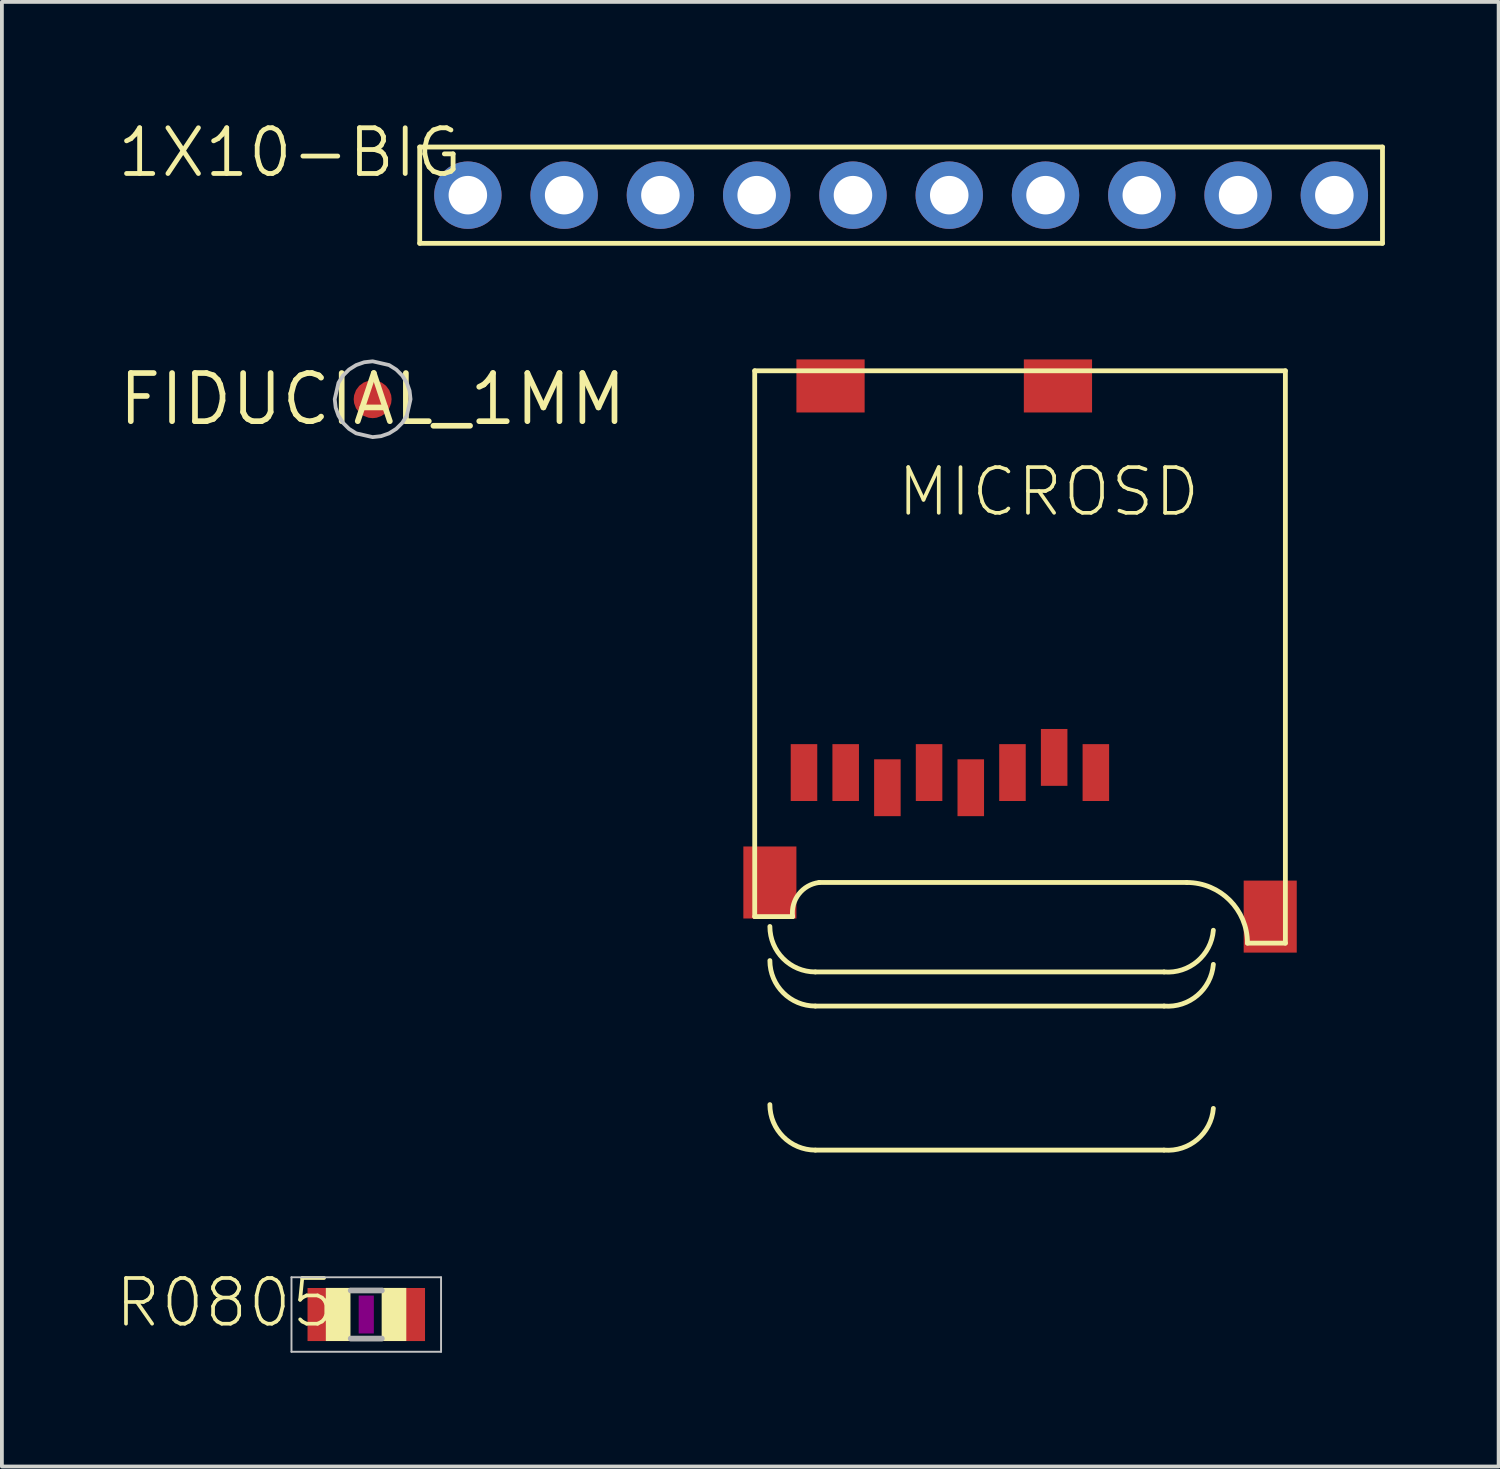
<source format=kicad_pcb>
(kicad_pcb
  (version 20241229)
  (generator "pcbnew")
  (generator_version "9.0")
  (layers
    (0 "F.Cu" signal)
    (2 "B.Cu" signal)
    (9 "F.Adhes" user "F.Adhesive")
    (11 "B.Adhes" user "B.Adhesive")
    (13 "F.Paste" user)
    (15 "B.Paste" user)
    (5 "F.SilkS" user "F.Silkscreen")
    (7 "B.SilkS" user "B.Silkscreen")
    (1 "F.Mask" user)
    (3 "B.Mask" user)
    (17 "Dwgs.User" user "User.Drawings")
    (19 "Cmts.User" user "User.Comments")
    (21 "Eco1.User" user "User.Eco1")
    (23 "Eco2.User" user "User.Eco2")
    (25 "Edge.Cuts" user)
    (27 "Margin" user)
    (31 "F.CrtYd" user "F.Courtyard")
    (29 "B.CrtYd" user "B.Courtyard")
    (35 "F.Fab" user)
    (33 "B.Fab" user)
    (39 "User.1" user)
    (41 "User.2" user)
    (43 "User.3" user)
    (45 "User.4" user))
  (footprint "FIDUCIAL_1MM"
    (layer "F.Cu")
    (at 6.781 7.482)
    (property "Reference" "FIDUCIAL_1MM" (at 0 0 0) (layer "F.SilkS") (effects (font (size 1.27 1.27) (thickness 0.15))))
    (attr through_hole)
    (fp_poly (pts (xy -1 0) (xy -0.975 0.223) (xy -0.901 0.434) (xy -0.782 0.623) (xy -0.623 0.782) (xy -0.434 0.901) (xy 0 1) (xy 0.223 0.975) (xy 0.434 0.901) (xy 0.623 0.782) (xy 0.782 0.623) (xy 0.901 0.434) (xy 1 0) (xy 0.975 -0.223) (xy 0.901 -0.434) (xy 0.782 -0.623) (xy 0.623 -0.782) (xy 0.434 -0.901) (xy 0 -1) (xy -0.223 -0.975) (xy -0.434 -0.901) (xy -0.623 -0.782) (xy -0.782 -0.623) (xy -0.901 -0.434)) (stroke (width 0) (type solid)) (fill yes) (layer "F.Mask"))
    (fp_poly (pts (xy -1 0) (xy -0.975 0.223) (xy -0.901 0.434) (xy -0.782 0.623) (xy -0.623 0.782) (xy -0.434 0.901) (xy 0 1) (xy 0.223 0.975) (xy 0.434 0.901) (xy 0.623 0.782) (xy 0.782 0.623) (xy 0.901 0.434) (xy 1 0) (xy 0.975 -0.223) (xy 0.901 -0.434) (xy 0.782 -0.623) (xy 0.623 -0.782) (xy 0.434 -0.901) (xy 0 -1) (xy -0.223 -0.975) (xy -0.434 -0.901) (xy -0.623 -0.782) (xy -0.782 -0.623) (xy -0.901 -0.434)) (stroke (width 0.1) (type solid)) (fill no) (layer "Dwgs.User"))
    (pad "1" smd roundrect (at 0 0) (size 1 1) (layers "F.Cu" "F.Mask") (roundrect_rratio 0.5)))
  (footprint "MICROSD"
    (layer "F.Cu")
    (at 16.861 6.692)
    (property "Reference" "MICROSD" (at 3.7 3.94 0) (layer "F.SilkS") (effects (font (size 1.206 1.206) (thickness 0.097)) (justify left bottom)))
    (attr through_hole)
    (fp_line (start 0 0.04) (end 0 14.44) (stroke (width 0.127) (type solid)) (layer "F.SilkS"))
    (fp_line (start 0 14.44) (end 1 14.44) (stroke (width 0.127) (type solid)) (layer "F.SilkS"))
    (fp_line (start 1.6 15.9) (end 10.8 15.9) (stroke (width 0.127) (type solid)) (layer "F.SilkS"))
    (fp_line (start 1.6 16.8) (end 10.8 16.8) (stroke (width 0.127) (type solid)) (layer "F.SilkS"))
    (fp_line (start 1.6 20.6) (end 10.8 20.6) (stroke (width 0.127) (type solid)) (layer "F.SilkS"))
    (fp_line (start 1.7 13.54) (end 11.4 13.54) (stroke (width 0.127) (type solid)) (layer "F.SilkS"))
    (fp_line (start 13 15.14) (end 14 15.14) (stroke (width 0.127) (type solid)) (layer "F.SilkS"))
    (fp_line (start 14 0.04) (end 0 0.04) (stroke (width 0.127) (type solid)) (layer "F.SilkS"))
    (fp_line (start 14 15.14) (end 14 0.04) (stroke (width 0.127) (type solid)) (layer "F.SilkS"))
    (fp_arc (start 1 14.44) (mid 1.163604 13.845025) (end 1.7 13.54) (stroke (width 0.127) (type solid)) (layer "F.SilkS"))
    (fp_arc (start 1.6 15.9) (mid 0.751472 15.548528) (end 0.4 14.7) (stroke (width 0.127) (type solid)) (layer "F.SilkS"))
    (fp_arc (start 1.6 16.8) (mid 0.751472 16.448528) (end 0.4 15.6) (stroke (width 0.127) (type solid)) (layer "F.SilkS"))
    (fp_arc (start 1.6 20.6) (mid 0.751472 20.248528) (end 0.4 19.4) (stroke (width 0.127) (type solid)) (layer "F.SilkS"))
    (fp_arc (start 11.4 13.54) (mid 12.531371 14.008629) (end 13 15.14) (stroke (width 0.127) (type solid)) (layer "F.SilkS"))
    (fp_arc (start 12.1 14.8) (mid 11.677817 15.619239) (end 10.8 15.9) (stroke (width 0.127) (type solid)) (layer "F.SilkS"))
    (fp_arc (start 12.1 15.7) (mid 11.677817 16.519239) (end 10.8 16.8) (stroke (width 0.127) (type solid)) (layer "F.SilkS"))
    (fp_arc (start 12.1 19.5) (mid 11.677817 20.319239) (end 10.8 20.6) (stroke (width 0.127) (type solid)) (layer "F.SilkS"))
    (pad "1" smd rect (at 9 10.64) (size 0.7 1.5) (layers "F.Cu" "F.Mask" "F.Paste"))
    (pad "2" smd rect (at 7.9 10.24) (size 0.7 1.5) (layers "F.Cu" "F.Mask" "F.Paste"))
    (pad "3" smd rect (at 6.8 10.64) (size 0.7 1.5) (layers "F.Cu" "F.Mask" "F.Paste"))
    (pad "4" smd rect (at 5.7 11.04) (size 0.7 1.5) (layers "F.Cu" "F.Mask" "F.Paste"))
    (pad "5" smd rect (at 4.6 10.64) (size 0.7 1.5) (layers "F.Cu" "F.Mask" "F.Paste"))
    (pad "6" smd rect (at 3.5 11.04) (size 0.7 1.5) (layers "F.Cu" "F.Mask" "F.Paste"))
    (pad "7" smd rect (at 2.4 10.64) (size 0.7 1.5) (layers "F.Cu" "F.Mask" "F.Paste"))
    (pad "8" smd rect (at 1.3 10.64) (size 0.7 1.5) (layers "F.Cu" "F.Mask" "F.Paste"))
    (pad "CD1" smd rect (at 2 0.44 90) (size 1.4 1.8) (layers "F.Cu" "F.Mask" "F.Paste"))
    (pad "CD2" smd rect (at 8 0.44 90) (size 1.4 1.8) (layers "F.Cu" "F.Mask" "F.Paste"))
    (pad "MT1" smd rect (at 0.4 13.54) (size 1.4 1.9) (layers "F.Cu" "F.Mask" "F.Paste"))
    (pad "MT2" smd rect (at 13.6 14.44) (size 1.4 1.9) (layers "F.Cu" "F.Mask" "F.Paste")))
  (footprint "R0805"
    (layer "F.Cu")
    (at 6.613 31.63)
    (property "Reference" "R0805" (at -0.762 -1.016 180) (layer "F.SilkS") (effects (font (size 1.206 1.206) (thickness 0.097)) (justify right top)))
    (attr through_hole)
    (fp_poly (pts (xy -1.067 0.699) (xy -0.417 0.699) (xy -0.417 -0.702) (xy -1.067 -0.702)) (stroke (width 0) (type solid)) (fill yes) (layer "F.SilkS"))
    (fp_poly (pts (xy 0.406 0.699) (xy 1.056 0.699) (xy 1.056 -0.702) (xy 0.406 -0.702)) (stroke (width 0) (type solid)) (fill yes) (layer "F.SilkS"))
    (fp_poly (pts (xy -0.2 0.5) (xy 0.2 0.5) (xy 0.2 -0.5) (xy -0.2 -0.5)) (stroke (width 0) (type solid)) (fill yes) (layer "F.Adhes"))
    (fp_line (start -1.973 -0.983) (end 1.973 -0.983) (stroke (width 0.051) (type solid)) (layer "Dwgs.User"))
    (fp_line (start -1.973 0.983) (end -1.973 -0.983) (stroke (width 0.051) (type solid)) (layer "Dwgs.User"))
    (fp_line (start 1.973 -0.983) (end 1.973 0.983) (stroke (width 0.051) (type solid)) (layer "Dwgs.User"))
    (fp_line (start 1.973 0.983) (end -1.973 0.983) (stroke (width 0.051) (type solid)) (layer "Dwgs.User"))
    (fp_line (start -0.41 -0.635) (end 0.41 -0.635) (stroke (width 0.152) (type solid)) (layer "F.Fab"))
    (fp_line (start -0.41 0.635) (end 0.41 0.635) (stroke (width 0.152) (type solid)) (layer "F.Fab"))
    (pad "1" smd rect (at -1 0) (size 1.1 1.4) (layers "F.Cu" "F.Mask" "F.Paste"))
    (pad "2" smd rect (at 1 0) (size 1.1 1.4) (layers "F.Cu" "F.Mask" "F.Paste")))
  (footprint "1X10-BIG"
    (layer "F.Cu")
    (at 20.723 2.099)
    (property "Reference" "1X10-BIG" (at -11.506 -1.829 0) (layer "F.SilkS") (effects (font (size 1.206 1.206) (thickness 0.127)) (justify right top)))
    (attr through_hole)
    (fp_line (start -12.7 -1.27) (end 12.7 -1.27) (stroke (width 0.127) (type solid)) (layer "F.SilkS"))
    (fp_line (start -12.7 1.27) (end -12.7 -1.27) (stroke (width 0.127) (type solid)) (layer "F.SilkS"))
    (fp_line (start 12.7 -1.27) (end 12.7 1.27) (stroke (width 0.127) (type solid)) (layer "F.SilkS"))
    (fp_line (start 12.7 1.27) (end -12.7 1.27) (stroke (width 0.127) (type solid)) (layer "F.SilkS"))
    (fp_poly (pts (xy -11.684 0.254) (xy -11.176 0.254) (xy -11.176 -0.254) (xy -11.684 -0.254)) (stroke (width 0.1) (type solid)) (fill no) (layer "F.Fab"))
    (fp_poly (pts (xy -9.144 0.254) (xy -8.636 0.254) (xy -8.636 -0.254) (xy -9.144 -0.254)) (stroke (width 0.1) (type solid)) (fill no) (layer "F.Fab"))
    (fp_poly (pts (xy -6.604 0.254) (xy -6.096 0.254) (xy -6.096 -0.254) (xy -6.604 -0.254)) (stroke (width 0.1) (type solid)) (fill no) (layer "F.Fab"))
    (fp_poly (pts (xy -4.064 0.254) (xy -3.556 0.254) (xy -3.556 -0.254) (xy -4.064 -0.254)) (stroke (width 0.1) (type solid)) (fill no) (layer "F.Fab"))
    (fp_poly (pts (xy -1.524 0.254) (xy -1.016 0.254) (xy -1.016 -0.254) (xy -1.524 -0.254)) (stroke (width 0.1) (type solid)) (fill no) (layer "F.Fab"))
    (fp_poly (pts (xy 1.016 0.254) (xy 1.524 0.254) (xy 1.524 -0.254) (xy 1.016 -0.254)) (stroke (width 0.1) (type solid)) (fill no) (layer "F.Fab"))
    (fp_poly (pts (xy 3.556 0.254) (xy 4.064 0.254) (xy 4.064 -0.254) (xy 3.556 -0.254)) (stroke (width 0.1) (type solid)) (fill no) (layer "F.Fab"))
    (fp_poly (pts (xy 6.096 0.254) (xy 6.604 0.254) (xy 6.604 -0.254) (xy 6.096 -0.254)) (stroke (width 0.1) (type solid)) (fill no) (layer "F.Fab"))
    (fp_poly (pts (xy 8.636 0.254) (xy 9.144 0.254) (xy 9.144 -0.254) (xy 8.636 -0.254)) (stroke (width 0.1) (type solid)) (fill no) (layer "F.Fab"))
    (fp_poly (pts (xy 11.176 0.254) (xy 11.684 0.254) (xy 11.684 -0.254) (xy 11.176 -0.254)) (stroke (width 0.1) (type solid)) (fill no) (layer "F.Fab"))
    (pad "1" thru_hole circle (at -11.43 0 90) (size 1.778 1.778) (drill 1.016) (layers "*.Cu" "*.Mask"))
    (pad "2" thru_hole circle (at -8.89 0 90) (size 1.778 1.778) (drill 1.016) (layers "*.Cu" "*.Mask"))
    (pad "3" thru_hole circle (at -6.35 0 90) (size 1.778 1.778) (drill 1.016) (layers "*.Cu" "*.Mask"))
    (pad "4" thru_hole circle (at -3.81 0 90) (size 1.778 1.778) (drill 1.016) (layers "*.Cu" "*.Mask"))
    (pad "5" thru_hole circle (at -1.27 0 90) (size 1.778 1.778) (drill 1.016) (layers "*.Cu" "*.Mask"))
    (pad "6" thru_hole circle (at 1.27 0 90) (size 1.778 1.778) (drill 1.016) (layers "*.Cu" "*.Mask"))
    (pad "7" thru_hole circle (at 3.81 0 90) (size 1.778 1.778) (drill 1.016) (layers "*.Cu" "*.Mask"))
    (pad "8" thru_hole circle (at 6.35 0 90) (size 1.778 1.778) (drill 1.016) (layers "*.Cu" "*.Mask"))
    (pad "9" thru_hole circle (at 8.89 0 90) (size 1.778 1.778) (drill 1.016) (layers "*.Cu" "*.Mask"))
    (pad "10" thru_hole circle (at 11.43 0 90) (size 1.778 1.778) (drill 1.016) (layers "*.Cu" "*.Mask")))
  (gr_rect
    (start -3 -3)
    (end 36.487 35.639)
    (stroke (width 0.1) (type default))
    (fill no)
    (layer "Edge.Cuts")))
</source>
